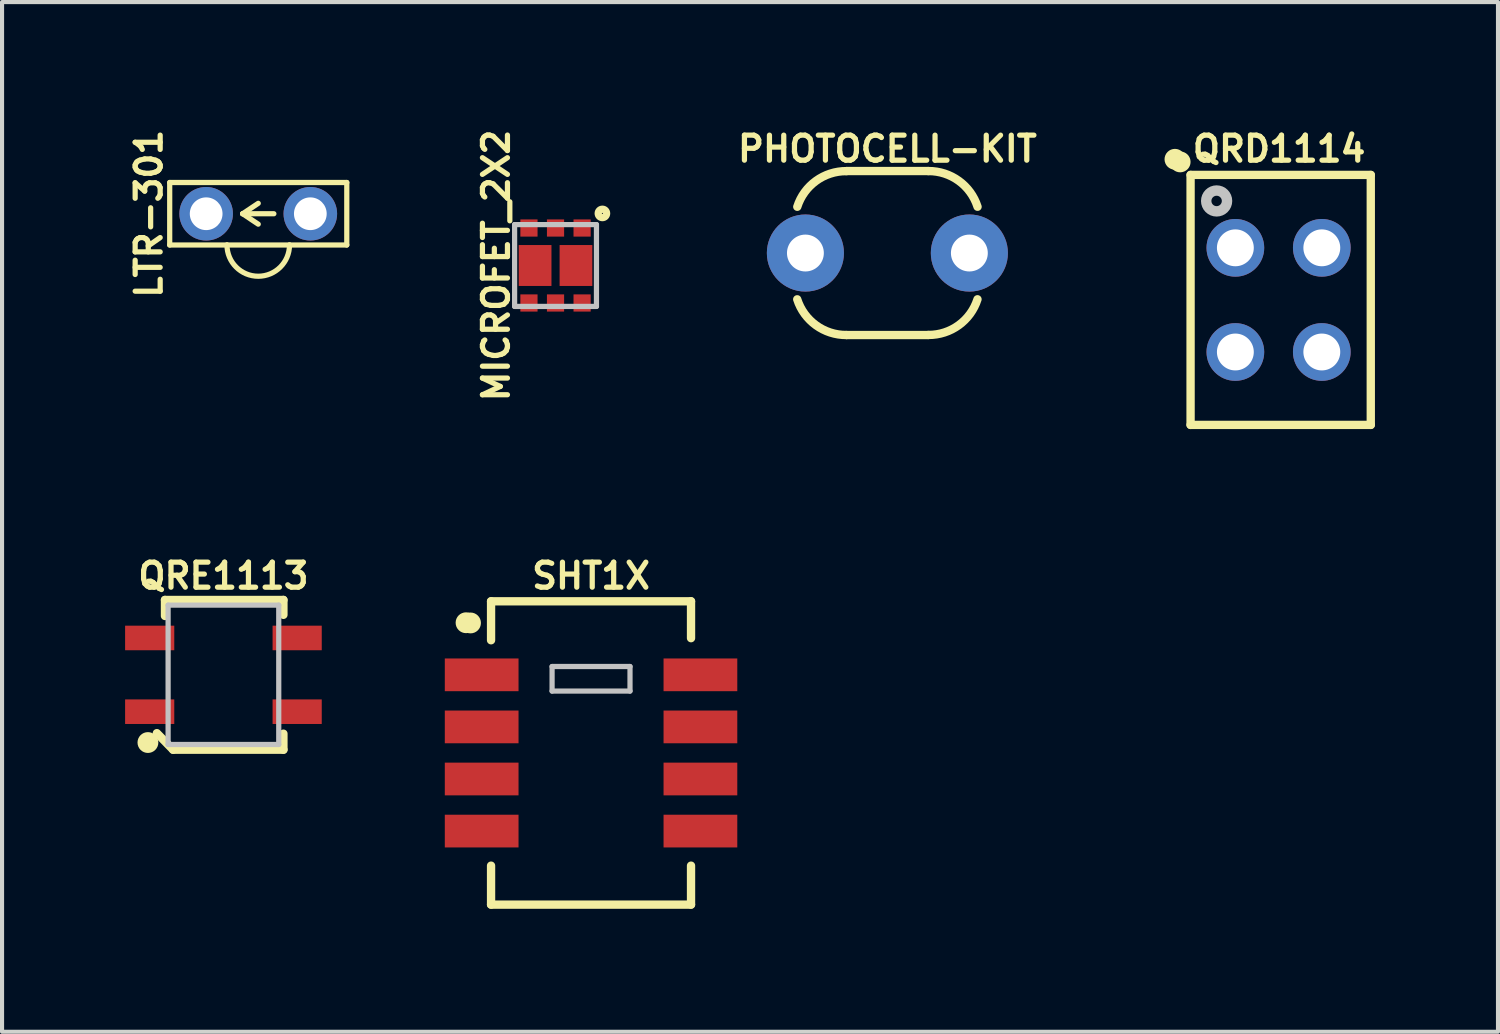
<source format=kicad_pcb>
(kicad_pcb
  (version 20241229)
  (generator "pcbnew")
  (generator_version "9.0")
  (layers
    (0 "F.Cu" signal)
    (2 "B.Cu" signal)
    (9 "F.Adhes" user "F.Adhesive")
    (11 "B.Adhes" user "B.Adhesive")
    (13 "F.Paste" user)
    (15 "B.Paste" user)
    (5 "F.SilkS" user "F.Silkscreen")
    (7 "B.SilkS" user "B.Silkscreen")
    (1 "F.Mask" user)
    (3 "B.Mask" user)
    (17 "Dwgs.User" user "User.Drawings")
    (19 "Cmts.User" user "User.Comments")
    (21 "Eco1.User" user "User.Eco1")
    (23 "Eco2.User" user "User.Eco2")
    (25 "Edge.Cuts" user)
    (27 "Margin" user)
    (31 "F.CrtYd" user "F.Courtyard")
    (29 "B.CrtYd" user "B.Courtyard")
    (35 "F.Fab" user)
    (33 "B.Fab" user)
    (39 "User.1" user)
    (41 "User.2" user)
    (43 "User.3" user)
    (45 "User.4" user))
  (footprint "LTR-301"
    (layer "F.Cu")
    (at 3.247 2.162)
    (property "Reference" "LTR-301" (at -2.667 0 90) (layer "F.SilkS") (effects (font (size 0.61 0.61) (thickness 0.127))))
    (attr exclude_from_pos_files exclude_from_bom)
    (fp_line (start -2.159 -0.762) (end 2.159 -0.762) (stroke (width 0.127) (type solid)) (layer "F.SilkS"))
    (fp_line (start -2.159 0.762) (end -2.159 -0.762) (stroke (width 0.127) (type solid)) (layer "F.SilkS"))
    (fp_line (start -0.762 0.762) (end -2.159 0.762) (stroke (width 0.127) (type solid)) (layer "F.SilkS"))
    (fp_line (start -0.381 0) (end 0.381 0) (stroke (width 0.127) (type solid)) (layer "F.SilkS"))
    (fp_line (start 0 -0.254) (end -0.381 0) (stroke (width 0.127) (type solid)) (layer "F.SilkS"))
    (fp_line (start 0 0.254) (end -0.381 0) (stroke (width 0.127) (type solid)) (layer "F.SilkS"))
    (fp_line (start 0.762 0.762) (end -0.762 0.762) (stroke (width 0.127) (type solid)) (layer "F.SilkS"))
    (fp_line (start 2.159 -0.762) (end 2.159 0.762) (stroke (width 0.127) (type solid)) (layer "F.SilkS"))
    (fp_line (start 2.159 0.762) (end 0.762 0.762) (stroke (width 0.127) (type solid)) (layer "F.SilkS"))
    (fp_arc (start 0.762 0.762) (mid 0 1.524) (end -0.762 0.762) (stroke (width 0.127) (type solid)) (layer "F.SilkS"))
    (pad "C" thru_hole circle (at 1.27 0) (size 1.306 1.306) (drill 0.798) (layers "*.Cu" "*.Mask"))
    (pad "E" thru_hole circle (at -1.27 0) (size 1.306 1.306) (drill 0.798) (layers "*.Cu" "*.Mask")))
  (footprint "SHT1X"
    (layer "F.Cu")
    (at 11.362 15.31)
    (property "Reference" "SHT1X" (at 0 -4.318 0) (layer "F.SilkS") (effects (font (size 0.61 0.61) (thickness 0.127))))
    (attr smd)
    (fp_line (start -2.438 -3.698) (end 2.438 -3.698) (stroke (width 0.203) (type solid)) (layer "F.SilkS"))
    (fp_line (start -2.438 -2.748) (end -2.438 -3.698) (stroke (width 0.203) (type solid)) (layer "F.SilkS"))
    (fp_line (start -2.438 3.698) (end -2.438 2.748) (stroke (width 0.203) (type solid)) (layer "F.SilkS"))
    (fp_line (start 2.438 -3.698) (end 2.438 -2.799) (stroke (width 0.203) (type solid)) (layer "F.SilkS"))
    (fp_line (start 2.438 2.748) (end 2.438 3.698) (stroke (width 0.203) (type solid)) (layer "F.SilkS"))
    (fp_line (start 2.438 3.698) (end -2.438 3.698) (stroke (width 0.203) (type solid)) (layer "F.SilkS"))
    (fp_circle (center -3.048 -3.175) (end -2.921 -3.175) (stroke (width 0.254) (type solid)) (fill no) (layer "F.SilkS"))
    (fp_circle (center -2.939 -3.17) (end -2.939 -3.424) (stroke (width 0) (type solid)) (fill yes) (layer "F.SilkS"))
    (fp_line (start -0.95 -2.108) (end 0.95 -2.108) (stroke (width 0.127) (type solid)) (layer "Dwgs.User"))
    (fp_line (start -0.95 -1.509) (end -0.95 -2.108) (stroke (width 0.127) (type solid)) (layer "Dwgs.User"))
    (fp_line (start 0.95 -2.108) (end 0.95 -1.509) (stroke (width 0.127) (type solid)) (layer "Dwgs.User"))
    (fp_line (start 0.95 -1.509) (end -0.95 -1.509) (stroke (width 0.127) (type solid)) (layer "Dwgs.User"))
    (pad "1" smd rect (at -2.667 -1.905 180) (size 1.798 0.798) (layers "F.Cu" "F.Mask" "F.Paste"))
    (pad "2" smd rect (at -2.667 -0.635 180) (size 1.798 0.798) (layers "F.Cu" "F.Mask" "F.Paste"))
    (pad "3" smd rect (at -2.667 0.635 180) (size 1.798 0.798) (layers "F.Cu" "F.Mask" "F.Paste"))
    (pad "4" smd rect (at -2.667 1.905 180) (size 1.798 0.798) (layers "F.Cu" "F.Mask" "F.Paste"))
    (pad "5" smd rect (at 2.667 1.905 180) (size 1.798 0.798) (layers "F.Cu" "F.Mask" "F.Paste"))
    (pad "6" smd rect (at 2.667 0.635 180) (size 1.798 0.798) (layers "F.Cu" "F.Mask" "F.Paste"))
    (pad "7" smd rect (at 2.667 -0.635 180) (size 1.798 0.798) (layers "F.Cu" "F.Mask" "F.Paste"))
    (pad "8" smd rect (at 2.667 -1.905 180) (size 1.798 0.798) (layers "F.Cu" "F.Mask" "F.Paste")))
  (footprint "QRD1114"
    (layer "F.Cu")
    (at 28.14 4.263)
    (property "Reference" "QRD1114" (at 0 -3.683 0) (layer "F.SilkS") (effects (font (size 0.61 0.61) (thickness 0.127))))
    (attr exclude_from_pos_files exclude_from_bom)
    (fp_line (start -2.159 -3.048) (end -2.159 3.048) (stroke (width 0.203) (type solid)) (layer "F.SilkS"))
    (fp_line (start -2.159 -3.048) (end 2.235 -3.048) (stroke (width 0.203) (type solid)) (layer "F.SilkS"))
    (fp_line (start -2.159 3.048) (end 2.235 3.048) (stroke (width 0.203) (type solid)) (layer "F.SilkS"))
    (fp_line (start 2.235 -3.048) (end 2.235 3.048) (stroke (width 0.203) (type solid)) (layer "F.SilkS"))
    (fp_circle (center -2.54 -3.429) (end -2.413 -3.429) (stroke (width 0.254) (type solid)) (fill no) (layer "F.SilkS"))
    (fp_circle (center -2.413 -3.365) (end -2.413 -3.619) (stroke (width 0) (type solid)) (fill yes) (layer "F.SilkS"))
    (fp_circle (center -1.524 -2.413) (end -1.524 -2.667) (stroke (width 0.254) (type solid)) (fill no) (layer "Dwgs.User"))
    (pad "1" thru_hole circle (at -1.067 -1.27) (size 1.407 1.407) (drill 0.899) (layers "*.Cu" "*.Mask"))
    (pad "2" thru_hole circle (at -1.067 1.27) (size 1.407 1.407) (drill 0.899) (layers "*.Cu" "*.Mask"))
    (pad "3" thru_hole circle (at 1.041 1.27) (size 1.407 1.407) (drill 0.899) (layers "*.Cu" "*.Mask"))
    (pad "4" thru_hole circle (at 1.041 -1.27) (size 1.407 1.407) (drill 0.899) (layers "*.Cu" "*.Mask")))
  (footprint "QRE1113"
    (layer "F.Cu")
    (at 2.398 13.405)
    (property "Reference" "QRE1113" (at 0 -2.413 0) (layer "F.SilkS") (effects (font (size 0.61 0.61) (thickness 0.127))))
    (attr smd)
    (fp_line (start -1.623 1.422) (end -1.227 1.826) (stroke (width 0.203) (type solid)) (layer "F.SilkS"))
    (fp_line (start -1.425 -1.826) (end 1.463 -1.826) (stroke (width 0.203) (type solid)) (layer "F.SilkS"))
    (fp_line (start -1.425 -1.435) (end -1.425 -1.826) (stroke (width 0.203) (type solid)) (layer "F.SilkS"))
    (fp_line (start -1.227 1.826) (end 1.463 1.826) (stroke (width 0.203) (type solid)) (layer "F.SilkS"))
    (fp_line (start 1.463 -1.826) (end 1.463 -1.463) (stroke (width 0.203) (type solid)) (layer "F.SilkS"))
    (fp_line (start 1.463 1.826) (end 1.463 1.435) (stroke (width 0.203) (type solid)) (layer "F.SilkS"))
    (fp_circle (center -1.841 1.651) (end -1.841 1.397) (stroke (width 0) (type solid)) (fill yes) (layer "F.SilkS"))
    (fp_line (start -1.349 -1.699) (end -1.349 1.699) (stroke (width 0.127) (type solid)) (layer "Dwgs.User"))
    (fp_line (start -1.349 1.699) (end 1.349 1.699) (stroke (width 0.127) (type solid)) (layer "Dwgs.User"))
    (fp_line (start 1.349 -1.699) (end -1.349 -1.699) (stroke (width 0.127) (type solid)) (layer "Dwgs.User"))
    (fp_line (start 1.349 1.699) (end 1.349 -1.699) (stroke (width 0.127) (type solid)) (layer "Dwgs.User"))
    (pad "1" smd rect (at -1.798 0.899) (size 1.199 0.599) (layers "F.Cu" "F.Mask" "F.Paste"))
    (pad "2" smd rect (at 1.798 0.899) (size 1.199 0.599) (layers "F.Cu" "F.Mask" "F.Paste"))
    (pad "3" smd rect (at 1.798 -0.899) (size 1.199 0.599) (layers "F.Cu" "F.Mask" "F.Paste"))
    (pad "4" smd rect (at -1.798 -0.899) (size 1.199 0.599) (layers "F.Cu" "F.Mask" "F.Paste")))
  (footprint "PHOTOCELL-KIT"
    (layer "F.Cu")
    (at 18.588 3.12)
    (property "Reference" "PHOTOCELL-KIT" (at 0 -2.54 0) (layer "F.SilkS") (effects (font (size 0.61 0.61) (thickness 0.127))))
    (attr exclude_from_pos_files exclude_from_bom)
    (fp_line (start -0.998 -1.999) (end 0.998 -1.999) (stroke (width 0.203) (type solid)) (layer "F.SilkS"))
    (fp_line (start 0.998 1.999) (end -0.998 1.999) (stroke (width 0.203) (type solid)) (layer "F.SilkS"))
    (fp_arc (start -2.1971 -1.12776) (mid -1.740353 -1.75906) (end -0.99851 -1.997443) (stroke (width 0.2032) (type solid)) (layer "F.SilkS"))
    (fp_arc (start -0.99822 1.99898) (mid -1.74103 1.760471) (end -2.19848 1.128496) (stroke (width 0.2032) (type solid)) (layer "F.SilkS"))
    (fp_arc (start 0.99822 -1.99898) (mid 1.74103 -1.760471) (end 2.19848 -1.128496) (stroke (width 0.2032) (type solid)) (layer "F.SilkS"))
    (fp_arc (start 2.1971 1.12776) (mid 1.740353 1.75906) (end 0.99851 1.997443) (stroke (width 0.2032) (type solid)) (layer "F.SilkS"))
    (pad "1" thru_hole circle (at -1.999 0) (size 1.88 1.88) (drill 0.899) (layers "*.Cu" "*.Mask"))
    (pad "2" thru_hole circle (at 1.999 0) (size 1.88 1.88) (drill 0.899) (layers "*.Cu" "*.Mask")))
  (footprint "MICROFET_2X2"
    (layer "F.Cu")
    (at 10.496 3.424)
    (property "Reference" "MICROFET_2X2" (at -1.448 0 90) (layer "F.SilkS") (effects (font (size 0.61 0.61) (thickness 0.127))))
    (attr smd)
    (fp_circle (center 1.143 -1.27) (end 1.143 -1.372) (stroke (width 0.178) (type solid)) (fill no) (layer "F.SilkS"))
    (fp_line (start -0.998 -0.998) (end 0.998 -0.998) (stroke (width 0.127) (type solid)) (layer "Dwgs.User"))
    (fp_line (start -0.998 0.998) (end -0.998 -0.998) (stroke (width 0.127) (type solid)) (layer "Dwgs.User"))
    (fp_line (start 0.998 -0.998) (end 0.998 0.998) (stroke (width 0.127) (type solid)) (layer "Dwgs.User"))
    (fp_line (start 0.998 0.998) (end -0.998 0.998) (stroke (width 0.127) (type solid)) (layer "Dwgs.User"))
    (pad "D1" smd rect (at 0.498 0) (size 0.798 0.998) (layers "F.Cu" "F.Mask" "F.Paste"))
    (pad "D1_2" smd rect (at 0.648 0.914) (size 0.419 0.419) (layers "F.Cu" "F.Mask" "F.Paste"))
    (pad "D2" smd rect (at -0.498 0) (size 0.798 0.998) (layers "F.Cu" "F.Mask" "F.Paste"))
    (pad "D2_2" smd rect (at -0.648 -0.914) (size 0.419 0.419) (layers "F.Cu" "F.Mask" "F.Paste"))
    (pad "G1" smd rect (at 0 -0.914) (size 0.419 0.419) (layers "F.Cu" "F.Mask" "F.Paste"))
    (pad "G2" smd rect (at 0 0.914) (size 0.419 0.419) (layers "F.Cu" "F.Mask" "F.Paste"))
    (pad "S1" smd rect (at 0.648 -0.914) (size 0.419 0.419) (layers "F.Cu" "F.Mask" "F.Paste"))
    (pad "S2" smd rect (at -0.648 0.914) (size 0.419 0.419) (layers "F.Cu" "F.Mask" "F.Paste")))
  (gr_rect
    (start -3 -3)
    (end 33.477 22.109)
    (stroke (width 0.1) (type default))
    (fill no)
    (layer "Edge.Cuts")))
</source>
